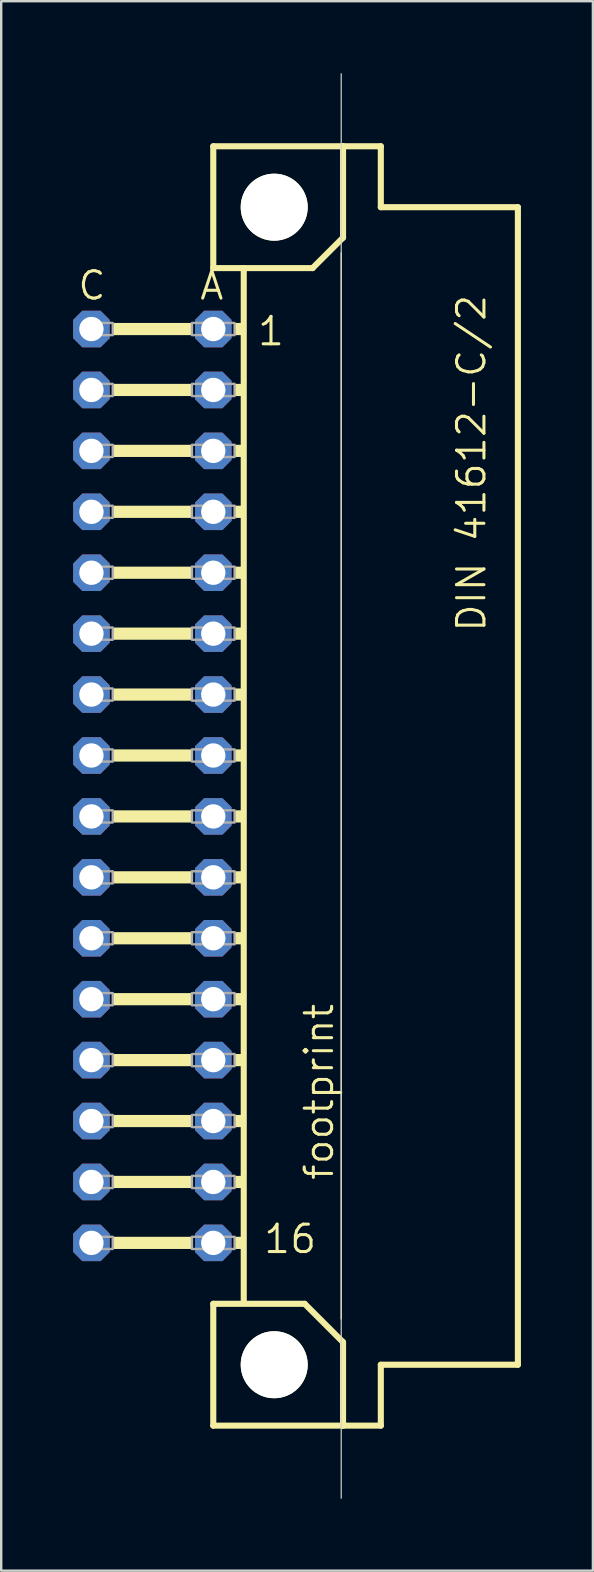
<source format=kicad_pcb>
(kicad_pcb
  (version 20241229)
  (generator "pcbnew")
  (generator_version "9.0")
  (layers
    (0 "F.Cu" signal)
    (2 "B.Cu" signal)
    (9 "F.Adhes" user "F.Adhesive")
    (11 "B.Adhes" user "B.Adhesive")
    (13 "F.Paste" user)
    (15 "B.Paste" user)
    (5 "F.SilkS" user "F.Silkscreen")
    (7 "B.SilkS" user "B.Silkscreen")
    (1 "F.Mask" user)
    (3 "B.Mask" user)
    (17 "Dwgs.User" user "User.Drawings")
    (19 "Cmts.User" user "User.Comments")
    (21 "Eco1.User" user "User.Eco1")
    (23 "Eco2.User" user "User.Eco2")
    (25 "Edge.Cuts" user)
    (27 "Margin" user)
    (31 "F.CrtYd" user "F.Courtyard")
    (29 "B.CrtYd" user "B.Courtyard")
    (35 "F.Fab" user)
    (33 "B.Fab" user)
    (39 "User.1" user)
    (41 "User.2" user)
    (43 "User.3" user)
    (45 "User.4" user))
  (footprint "footprint"
    (layer "F.Cu")
    (at 8.382 29.718)
    (property "Reference" "footprint" (at 2.54 16.51 90) (layer "F.SilkS") (effects (font (size 1.143 1.143) (thickness 0.127)) (justify left bottom)))
    (fp_line (start -2.54 -26.67) (end -2.54 -21.59) (stroke (width 0.254) (type solid)) (layer "F.SilkS"))
    (fp_line (start -2.54 -21.59) (end -1.27 -21.59) (stroke (width 0.254) (type solid)) (layer "F.SilkS"))
    (fp_line (start -2.54 21.59) (end -2.54 26.67) (stroke (width 0.254) (type solid)) (layer "F.SilkS"))
    (fp_line (start -2.54 21.59) (end 1.27 21.59) (stroke (width 0.254) (type solid)) (layer "F.SilkS"))
    (fp_line (start -2.54 26.67) (end 2.87 26.67) (stroke (width 0.254) (type solid)) (layer "F.SilkS"))
    (fp_line (start -1.27 -21.59) (end -1.27 21.463) (stroke (width 0.254) (type solid)) (layer "F.SilkS"))
    (fp_line (start -1.27 -21.59) (end 1.6 -21.59) (stroke (width 0.254) (type solid)) (layer "F.SilkS"))
    (fp_line (start 1.6 -21.59) (end 2.87 -22.86) (stroke (width 0.254) (type solid)) (layer "F.SilkS"))
    (fp_line (start 2.794 -22.225) (end 2.794 22.225) (stroke (width 0.051) (type solid)) (layer "F.SilkS"))
    (fp_line (start 2.87 -26.67) (end -2.54 -26.67) (stroke (width 0.254) (type solid)) (layer "F.SilkS"))
    (fp_line (start 2.87 -22.86) (end 2.87 -26.67) (stroke (width 0.254) (type solid)) (layer "F.SilkS"))
    (fp_line (start 2.87 23.19) (end 1.27 21.59) (stroke (width 0.254) (type solid)) (layer "F.SilkS"))
    (fp_line (start 2.87 23.19) (end 2.87 26.67) (stroke (width 0.254) (type solid)) (layer "F.SilkS"))
    (fp_line (start 2.87 26.67) (end 4.445 26.67) (stroke (width 0.254) (type solid)) (layer "F.SilkS"))
    (fp_line (start 4.445 -26.67) (end 2.87 -26.67) (stroke (width 0.254) (type solid)) (layer "F.SilkS"))
    (fp_line (start 4.445 -24.13) (end 4.445 -26.67) (stroke (width 0.254) (type solid)) (layer "F.SilkS"))
    (fp_line (start 4.445 24.13) (end 10.16 24.13) (stroke (width 0.254) (type solid)) (layer "F.SilkS"))
    (fp_line (start 4.445 26.67) (end 4.445 24.13) (stroke (width 0.254) (type solid)) (layer "F.SilkS"))
    (fp_line (start 10.16 -24.13) (end 4.445 -24.13) (stroke (width 0.254) (type solid)) (layer "F.SilkS"))
    (fp_line (start 10.16 24.13) (end 10.16 -24.13) (stroke (width 0.254) (type solid)) (layer "F.SilkS"))
    (fp_circle (center 0 -24.13) (end 1.27 -24.13) (stroke (width 0.254) (type solid)) (fill no) (layer "F.SilkS"))
    (fp_circle (center 0 24.13) (end 1.27 24.13) (stroke (width 0.254) (type solid)) (fill no) (layer "F.SilkS"))
    (fp_poly (pts (xy -6.731 -18.796) (xy -3.429 -18.796) (xy -3.429 -19.304) (xy -6.731 -19.304)) (stroke (width 0) (type solid)) (fill yes) (layer "F.SilkS"))
    (fp_poly (pts (xy -6.731 -16.256) (xy -3.429 -16.256) (xy -3.429 -16.764) (xy -6.731 -16.764)) (stroke (width 0) (type solid)) (fill yes) (layer "F.SilkS"))
    (fp_poly (pts (xy -6.731 -13.716) (xy -3.429 -13.716) (xy -3.429 -14.224) (xy -6.731 -14.224)) (stroke (width 0) (type solid)) (fill yes) (layer "F.SilkS"))
    (fp_poly (pts (xy -6.731 -11.176) (xy -3.429 -11.176) (xy -3.429 -11.684) (xy -6.731 -11.684)) (stroke (width 0) (type solid)) (fill yes) (layer "F.SilkS"))
    (fp_poly (pts (xy -6.731 -8.636) (xy -3.429 -8.636) (xy -3.429 -9.144) (xy -6.731 -9.144)) (stroke (width 0) (type solid)) (fill yes) (layer "F.SilkS"))
    (fp_poly (pts (xy -6.731 -6.096) (xy -3.429 -6.096) (xy -3.429 -6.604) (xy -6.731 -6.604)) (stroke (width 0) (type solid)) (fill yes) (layer "F.SilkS"))
    (fp_poly (pts (xy -6.731 -3.556) (xy -3.429 -3.556) (xy -3.429 -4.064) (xy -6.731 -4.064)) (stroke (width 0) (type solid)) (fill yes) (layer "F.SilkS"))
    (fp_poly (pts (xy -6.731 -1.016) (xy -3.429 -1.016) (xy -3.429 -1.524) (xy -6.731 -1.524)) (stroke (width 0) (type solid)) (fill yes) (layer "F.SilkS"))
    (fp_poly (pts (xy -6.731 1.524) (xy -3.429 1.524) (xy -3.429 1.016) (xy -6.731 1.016)) (stroke (width 0) (type solid)) (fill yes) (layer "F.SilkS"))
    (fp_poly (pts (xy -6.731 4.064) (xy -3.429 4.064) (xy -3.429 3.556) (xy -6.731 3.556)) (stroke (width 0) (type solid)) (fill yes) (layer "F.SilkS"))
    (fp_poly (pts (xy -6.731 6.604) (xy -3.429 6.604) (xy -3.429 6.096) (xy -6.731 6.096)) (stroke (width 0) (type solid)) (fill yes) (layer "F.SilkS"))
    (fp_poly (pts (xy -6.731 9.144) (xy -3.429 9.144) (xy -3.429 8.636) (xy -6.731 8.636)) (stroke (width 0) (type solid)) (fill yes) (layer "F.SilkS"))
    (fp_poly (pts (xy -6.731 11.684) (xy -3.429 11.684) (xy -3.429 11.176) (xy -6.731 11.176)) (stroke (width 0) (type solid)) (fill yes) (layer "F.SilkS"))
    (fp_poly (pts (xy -6.731 14.224) (xy -3.429 14.224) (xy -3.429 13.716) (xy -6.731 13.716)) (stroke (width 0) (type solid)) (fill yes) (layer "F.SilkS"))
    (fp_poly (pts (xy -6.731 16.764) (xy -3.429 16.764) (xy -3.429 16.256) (xy -6.731 16.256)) (stroke (width 0) (type solid)) (fill yes) (layer "F.SilkS"))
    (fp_poly (pts (xy -6.731 19.304) (xy -3.429 19.304) (xy -3.429 18.796) (xy -6.731 18.796)) (stroke (width 0) (type solid)) (fill yes) (layer "F.SilkS"))
    (fp_poly (pts (xy -1.651 -18.796) (xy -1.27 -18.796) (xy -1.27 -19.304) (xy -1.651 -19.304)) (stroke (width 0) (type solid)) (fill yes) (layer "F.SilkS"))
    (fp_poly (pts (xy -1.651 -16.256) (xy -1.27 -16.256) (xy -1.27 -16.764) (xy -1.651 -16.764)) (stroke (width 0) (type solid)) (fill yes) (layer "F.SilkS"))
    (fp_poly (pts (xy -1.651 -13.716) (xy -1.27 -13.716) (xy -1.27 -14.224) (xy -1.651 -14.224)) (stroke (width 0) (type solid)) (fill yes) (layer "F.SilkS"))
    (fp_poly (pts (xy -1.651 -11.176) (xy -1.27 -11.176) (xy -1.27 -11.684) (xy -1.651 -11.684)) (stroke (width 0) (type solid)) (fill yes) (layer "F.SilkS"))
    (fp_poly (pts (xy -1.651 -8.636) (xy -1.27 -8.636) (xy -1.27 -9.144) (xy -1.651 -9.144)) (stroke (width 0) (type solid)) (fill yes) (layer "F.SilkS"))
    (fp_poly (pts (xy -1.651 -6.096) (xy -1.27 -6.096) (xy -1.27 -6.604) (xy -1.651 -6.604)) (stroke (width 0) (type solid)) (fill yes) (layer "F.SilkS"))
    (fp_poly (pts (xy -1.651 -3.556) (xy -1.27 -3.556) (xy -1.27 -4.064) (xy -1.651 -4.064)) (stroke (width 0) (type solid)) (fill yes) (layer "F.SilkS"))
    (fp_poly (pts (xy -1.651 -1.016) (xy -1.27 -1.016) (xy -1.27 -1.524) (xy -1.651 -1.524)) (stroke (width 0) (type solid)) (fill yes) (layer "F.SilkS"))
    (fp_poly (pts (xy -1.651 1.524) (xy -1.27 1.524) (xy -1.27 1.016) (xy -1.651 1.016)) (stroke (width 0) (type solid)) (fill yes) (layer "F.SilkS"))
    (fp_poly (pts (xy -1.651 4.064) (xy -1.27 4.064) (xy -1.27 3.556) (xy -1.651 3.556)) (stroke (width 0) (type solid)) (fill yes) (layer "F.SilkS"))
    (fp_poly (pts (xy -1.651 6.604) (xy -1.27 6.604) (xy -1.27 6.096) (xy -1.651 6.096)) (stroke (width 0) (type solid)) (fill yes) (layer "F.SilkS"))
    (fp_poly (pts (xy -1.651 9.144) (xy -1.27 9.144) (xy -1.27 8.636) (xy -1.651 8.636)) (stroke (width 0) (type solid)) (fill yes) (layer "F.SilkS"))
    (fp_poly (pts (xy -1.651 11.684) (xy -1.27 11.684) (xy -1.27 11.176) (xy -1.651 11.176)) (stroke (width 0) (type solid)) (fill yes) (layer "F.SilkS"))
    (fp_poly (pts (xy -1.651 14.224) (xy -1.27 14.224) (xy -1.27 13.716) (xy -1.651 13.716)) (stroke (width 0) (type solid)) (fill yes) (layer "F.SilkS"))
    (fp_poly (pts (xy -1.651 16.764) (xy -1.27 16.764) (xy -1.27 16.256) (xy -1.651 16.256)) (stroke (width 0) (type solid)) (fill yes) (layer "F.SilkS"))
    (fp_poly (pts (xy -1.651 19.304) (xy -1.27 19.304) (xy -1.27 18.796) (xy -1.651 18.796)) (stroke (width 0) (type solid)) (fill yes) (layer "F.SilkS"))
    (fp_line (start 2.794 29.693) (end 2.794 -29.693) (stroke (width 0.05) (type solid)) (layer "Edge.Cuts"))
    (fp_poly (pts (xy -7.874 -18.796) (xy -6.731 -18.796) (xy -6.731 -19.304) (xy -7.874 -19.304)) (stroke (width 0.1) (type solid)) (fill no) (layer "F.Fab"))
    (fp_poly (pts (xy -7.874 -16.256) (xy -6.731 -16.256) (xy -6.731 -16.764) (xy -7.874 -16.764)) (stroke (width 0.1) (type solid)) (fill no) (layer "F.Fab"))
    (fp_poly (pts (xy -7.874 -13.716) (xy -6.731 -13.716) (xy -6.731 -14.224) (xy -7.874 -14.224)) (stroke (width 0.1) (type solid)) (fill no) (layer "F.Fab"))
    (fp_poly (pts (xy -7.874 -11.176) (xy -6.731 -11.176) (xy -6.731 -11.684) (xy -7.874 -11.684)) (stroke (width 0.1) (type solid)) (fill no) (layer "F.Fab"))
    (fp_poly (pts (xy -7.874 -8.636) (xy -6.731 -8.636) (xy -6.731 -9.144) (xy -7.874 -9.144)) (stroke (width 0.1) (type solid)) (fill no) (layer "F.Fab"))
    (fp_poly (pts (xy -7.874 -6.096) (xy -6.731 -6.096) (xy -6.731 -6.604) (xy -7.874 -6.604)) (stroke (width 0.1) (type solid)) (fill no) (layer "F.Fab"))
    (fp_poly (pts (xy -7.874 -3.556) (xy -6.731 -3.556) (xy -6.731 -4.064) (xy -7.874 -4.064)) (stroke (width 0.1) (type solid)) (fill no) (layer "F.Fab"))
    (fp_poly (pts (xy -7.874 -1.016) (xy -6.731 -1.016) (xy -6.731 -1.524) (xy -7.874 -1.524)) (stroke (width 0.1) (type solid)) (fill no) (layer "F.Fab"))
    (fp_poly (pts (xy -7.874 1.524) (xy -6.731 1.524) (xy -6.731 1.016) (xy -7.874 1.016)) (stroke (width 0.1) (type solid)) (fill no) (layer "F.Fab"))
    (fp_poly (pts (xy -7.874 4.064) (xy -6.731 4.064) (xy -6.731 3.556) (xy -7.874 3.556)) (stroke (width 0.1) (type solid)) (fill no) (layer "F.Fab"))
    (fp_poly (pts (xy -7.874 6.604) (xy -6.731 6.604) (xy -6.731 6.096) (xy -7.874 6.096)) (stroke (width 0.1) (type solid)) (fill no) (layer "F.Fab"))
    (fp_poly (pts (xy -7.874 9.144) (xy -6.731 9.144) (xy -6.731 8.636) (xy -7.874 8.636)) (stroke (width 0.1) (type solid)) (fill no) (layer "F.Fab"))
    (fp_poly (pts (xy -7.874 11.684) (xy -6.731 11.684) (xy -6.731 11.176) (xy -7.874 11.176)) (stroke (width 0.1) (type solid)) (fill no) (layer "F.Fab"))
    (fp_poly (pts (xy -7.874 14.224) (xy -6.731 14.224) (xy -6.731 13.716) (xy -7.874 13.716)) (stroke (width 0.1) (type solid)) (fill no) (layer "F.Fab"))
    (fp_poly (pts (xy -7.874 16.764) (xy -6.731 16.764) (xy -6.731 16.256) (xy -7.874 16.256)) (stroke (width 0.1) (type solid)) (fill no) (layer "F.Fab"))
    (fp_poly (pts (xy -7.874 19.304) (xy -6.731 19.304) (xy -6.731 18.796) (xy -7.874 18.796)) (stroke (width 0.1) (type solid)) (fill no) (layer "F.Fab"))
    (fp_poly (pts (xy -3.429 -18.796) (xy -1.651 -18.796) (xy -1.651 -19.304) (xy -3.429 -19.304)) (stroke (width 0.1) (type solid)) (fill no) (layer "F.Fab"))
    (fp_poly (pts (xy -3.429 -16.256) (xy -1.651 -16.256) (xy -1.651 -16.764) (xy -3.429 -16.764)) (stroke (width 0.1) (type solid)) (fill no) (layer "F.Fab"))
    (fp_poly (pts (xy -3.429 -13.716) (xy -1.651 -13.716) (xy -1.651 -14.224) (xy -3.429 -14.224)) (stroke (width 0.1) (type solid)) (fill no) (layer "F.Fab"))
    (fp_poly (pts (xy -3.429 -11.176) (xy -1.651 -11.176) (xy -1.651 -11.684) (xy -3.429 -11.684)) (stroke (width 0.1) (type solid)) (fill no) (layer "F.Fab"))
    (fp_poly (pts (xy -3.429 -8.636) (xy -1.651 -8.636) (xy -1.651 -9.144) (xy -3.429 -9.144)) (stroke (width 0.1) (type solid)) (fill no) (layer "F.Fab"))
    (fp_poly (pts (xy -3.429 -6.096) (xy -1.651 -6.096) (xy -1.651 -6.604) (xy -3.429 -6.604)) (stroke (width 0.1) (type solid)) (fill no) (layer "F.Fab"))
    (fp_poly (pts (xy -3.429 -3.556) (xy -1.651 -3.556) (xy -1.651 -4.064) (xy -3.429 -4.064)) (stroke (width 0.1) (type solid)) (fill no) (layer "F.Fab"))
    (fp_poly (pts (xy -3.429 -1.016) (xy -1.651 -1.016) (xy -1.651 -1.524) (xy -3.429 -1.524)) (stroke (width 0.1) (type solid)) (fill no) (layer "F.Fab"))
    (fp_poly (pts (xy -3.429 1.524) (xy -1.651 1.524) (xy -1.651 1.016) (xy -3.429 1.016)) (stroke (width 0.1) (type solid)) (fill no) (layer "F.Fab"))
    (fp_poly (pts (xy -3.429 4.064) (xy -1.651 4.064) (xy -1.651 3.556) (xy -3.429 3.556)) (stroke (width 0.1) (type solid)) (fill no) (layer "F.Fab"))
    (fp_poly (pts (xy -3.429 6.604) (xy -1.651 6.604) (xy -1.651 6.096) (xy -3.429 6.096)) (stroke (width 0.1) (type solid)) (fill no) (layer "F.Fab"))
    (fp_poly (pts (xy -3.429 9.144) (xy -1.651 9.144) (xy -1.651 8.636) (xy -3.429 8.636)) (stroke (width 0.1) (type solid)) (fill no) (layer "F.Fab"))
    (fp_poly (pts (xy -3.429 11.684) (xy -1.651 11.684) (xy -1.651 11.176) (xy -3.429 11.176)) (stroke (width 0.1) (type solid)) (fill no) (layer "F.Fab"))
    (fp_poly (pts (xy -3.429 14.224) (xy -1.651 14.224) (xy -1.651 13.716) (xy -3.429 13.716)) (stroke (width 0.1) (type solid)) (fill no) (layer "F.Fab"))
    (fp_poly (pts (xy -3.429 16.764) (xy -1.651 16.764) (xy -1.651 16.256) (xy -3.429 16.256)) (stroke (width 0.1) (type solid)) (fill no) (layer "F.Fab"))
    (fp_poly (pts (xy -3.429 19.304) (xy -1.651 19.304) (xy -1.651 18.796) (xy -3.429 18.796)) (stroke (width 0.1) (type solid)) (fill no) (layer "F.Fab"))
    (fp_text user "16" (at -0.508 19.558 0) (layer "F.SilkS") (effects (font (size 1.143 1.143) (thickness 0.127)) (justify left bottom)))
    (fp_text user "A" (at -3.175 -20.193 0) (layer "F.SilkS") (effects (font (size 1.143 1.143) (thickness 0.127)) (justify left bottom)))
    (fp_text user "C" (at -8.255 -20.193 0) (layer "F.SilkS") (effects (font (size 1.143 1.143) (thickness 0.127)) (justify left bottom)))
    (fp_text user "1" (at -0.762 -18.288 0) (layer "F.SilkS") (effects (font (size 1.143 1.143) (thickness 0.127)) (justify left bottom)))
    (fp_text user "DIN 41612-C/2" (at 8.89 -6.35 90) (layer "F.SilkS") (effects (font (size 1.143 1.143) (thickness 0.127)) (justify left bottom)))
    (pad "" np_thru_hole circle (at 0 -24.13) (size 2.794 2.794) (drill 2.794) (layers "*.Cu" "*.Mask"))
    (pad "" np_thru_hole circle (at 0 24.13) (size 2.794 2.794) (drill 2.794) (layers "*.Cu" "*.Mask"))
    (pad "A1" thru_hole roundrect (at -2.54 -19.05) (size 1.524 1.524) (drill 1.016) (layers "*.Cu" "*.Mask") (roundrect_rratio 0.25) (chamfer_ratio 0.25) (chamfer top_left top_right bottom_left bottom_right))
    (pad "A2" thru_hole roundrect (at -2.54 -16.51) (size 1.524 1.524) (drill 1.016) (layers "*.Cu" "*.Mask") (roundrect_rratio 0.25) (chamfer_ratio 0.25) (chamfer top_left top_right bottom_left bottom_right))
    (pad "A3" thru_hole roundrect (at -2.54 -13.97) (size 1.524 1.524) (drill 1.016) (layers "*.Cu" "*.Mask") (roundrect_rratio 0.25) (chamfer_ratio 0.25) (chamfer top_left top_right bottom_left bottom_right))
    (pad "A4" thru_hole roundrect (at -2.54 -11.43) (size 1.524 1.524) (drill 1.016) (layers "*.Cu" "*.Mask") (roundrect_rratio 0.25) (chamfer_ratio 0.25) (chamfer top_left top_right bottom_left bottom_right))
    (pad "A5" thru_hole roundrect (at -2.54 -8.89) (size 1.524 1.524) (drill 1.016) (layers "*.Cu" "*.Mask") (roundrect_rratio 0.25) (chamfer_ratio 0.25) (chamfer top_left top_right bottom_left bottom_right))
    (pad "A6" thru_hole roundrect (at -2.54 -6.35) (size 1.524 1.524) (drill 1.016) (layers "*.Cu" "*.Mask") (roundrect_rratio 0.25) (chamfer_ratio 0.25) (chamfer top_left top_right bottom_left bottom_right))
    (pad "A7" thru_hole roundrect (at -2.54 -3.81) (size 1.524 1.524) (drill 1.016) (layers "*.Cu" "*.Mask") (roundrect_rratio 0.25) (chamfer_ratio 0.25) (chamfer top_left top_right bottom_left bottom_right))
    (pad "A8" thru_hole roundrect (at -2.54 -1.27) (size 1.524 1.524) (drill 1.016) (layers "*.Cu" "*.Mask") (roundrect_rratio 0.25) (chamfer_ratio 0.25) (chamfer top_left top_right bottom_left bottom_right))
    (pad "A9" thru_hole roundrect (at -2.54 1.27) (size 1.524 1.524) (drill 1.016) (layers "*.Cu" "*.Mask") (roundrect_rratio 0.25) (chamfer_ratio 0.25) (chamfer top_left top_right bottom_left bottom_right))
    (pad "A10" thru_hole roundrect (at -2.54 3.81) (size 1.524 1.524) (drill 1.016) (layers "*.Cu" "*.Mask") (roundrect_rratio 0.25) (chamfer_ratio 0.25) (chamfer top_left top_right bottom_left bottom_right))
    (pad "A11" thru_hole roundrect (at -2.54 6.35) (size 1.524 1.524) (drill 1.016) (layers "*.Cu" "*.Mask") (roundrect_rratio 0.25) (chamfer_ratio 0.25) (chamfer top_left top_right bottom_left bottom_right))
    (pad "A12" thru_hole roundrect (at -2.54 8.89) (size 1.524 1.524) (drill 1.016) (layers "*.Cu" "*.Mask") (roundrect_rratio 0.25) (chamfer_ratio 0.25) (chamfer top_left top_right bottom_left bottom_right))
    (pad "A13" thru_hole roundrect (at -2.54 11.43) (size 1.524 1.524) (drill 1.016) (layers "*.Cu" "*.Mask") (roundrect_rratio 0.25) (chamfer_ratio 0.25) (chamfer top_left top_right bottom_left bottom_right))
    (pad "A14" thru_hole roundrect (at -2.54 13.97) (size 1.524 1.524) (drill 1.016) (layers "*.Cu" "*.Mask") (roundrect_rratio 0.25) (chamfer_ratio 0.25) (chamfer top_left top_right bottom_left bottom_right))
    (pad "A15" thru_hole roundrect (at -2.54 16.51) (size 1.524 1.524) (drill 1.016) (layers "*.Cu" "*.Mask") (roundrect_rratio 0.25) (chamfer_ratio 0.25) (chamfer top_left top_right bottom_left bottom_right))
    (pad "A16" thru_hole roundrect (at -2.54 19.05) (size 1.524 1.524) (drill 1.016) (layers "*.Cu" "*.Mask") (roundrect_rratio 0.25) (chamfer_ratio 0.25) (chamfer top_left top_right bottom_left bottom_right))
    (pad "C1" thru_hole roundrect (at -7.62 -19.05) (size 1.524 1.524) (drill 1.016) (layers "*.Cu" "*.Mask") (roundrect_rratio 0.25) (chamfer_ratio 0.25) (chamfer top_left top_right bottom_left bottom_right))
    (pad "C2" thru_hole roundrect (at -7.62 -16.51) (size 1.524 1.524) (drill 1.016) (layers "*.Cu" "*.Mask") (roundrect_rratio 0.25) (chamfer_ratio 0.25) (chamfer top_left top_right bottom_left bottom_right))
    (pad "C3" thru_hole roundrect (at -7.62 -13.97) (size 1.524 1.524) (drill 1.016) (layers "*.Cu" "*.Mask") (roundrect_rratio 0.25) (chamfer_ratio 0.25) (chamfer top_left top_right bottom_left bottom_right))
    (pad "C4" thru_hole roundrect (at -7.62 -11.43) (size 1.524 1.524) (drill 1.016) (layers "*.Cu" "*.Mask") (roundrect_rratio 0.25) (chamfer_ratio 0.25) (chamfer top_left top_right bottom_left bottom_right))
    (pad "C5" thru_hole roundrect (at -7.62 -8.89) (size 1.524 1.524) (drill 1.016) (layers "*.Cu" "*.Mask") (roundrect_rratio 0.25) (chamfer_ratio 0.25) (chamfer top_left top_right bottom_left bottom_right))
    (pad "C6" thru_hole roundrect (at -7.62 -6.35) (size 1.524 1.524) (drill 1.016) (layers "*.Cu" "*.Mask") (roundrect_rratio 0.25) (chamfer_ratio 0.25) (chamfer top_left top_right bottom_left bottom_right))
    (pad "C7" thru_hole roundrect (at -7.62 -3.81) (size 1.524 1.524) (drill 1.016) (layers "*.Cu" "*.Mask") (roundrect_rratio 0.25) (chamfer_ratio 0.25) (chamfer top_left top_right bottom_left bottom_right))
    (pad "C8" thru_hole roundrect (at -7.62 -1.27) (size 1.524 1.524) (drill 1.016) (layers "*.Cu" "*.Mask") (roundrect_rratio 0.25) (chamfer_ratio 0.25) (chamfer top_left top_right bottom_left bottom_right))
    (pad "C9" thru_hole roundrect (at -7.62 1.27) (size 1.524 1.524) (drill 1.016) (layers "*.Cu" "*.Mask") (roundrect_rratio 0.25) (chamfer_ratio 0.25) (chamfer top_left top_right bottom_left bottom_right))
    (pad "C10" thru_hole roundrect (at -7.62 3.81) (size 1.524 1.524) (drill 1.016) (layers "*.Cu" "*.Mask") (roundrect_rratio 0.25) (chamfer_ratio 0.25) (chamfer top_left top_right bottom_left bottom_right))
    (pad "C11" thru_hole roundrect (at -7.62 6.35) (size 1.524 1.524) (drill 1.016) (layers "*.Cu" "*.Mask") (roundrect_rratio 0.25) (chamfer_ratio 0.25) (chamfer top_left top_right bottom_left bottom_right))
    (pad "C12" thru_hole roundrect (at -7.62 8.89) (size 1.524 1.524) (drill 1.016) (layers "*.Cu" "*.Mask") (roundrect_rratio 0.25) (chamfer_ratio 0.25) (chamfer top_left top_right bottom_left bottom_right))
    (pad "C13" thru_hole roundrect (at -7.62 11.43) (size 1.524 1.524) (drill 1.016) (layers "*.Cu" "*.Mask") (roundrect_rratio 0.25) (chamfer_ratio 0.25) (chamfer top_left top_right bottom_left bottom_right))
    (pad "C14" thru_hole roundrect (at -7.62 13.97) (size 1.524 1.524) (drill 1.016) (layers "*.Cu" "*.Mask") (roundrect_rratio 0.25) (chamfer_ratio 0.25) (chamfer top_left top_right bottom_left bottom_right))
    (pad "C15" thru_hole roundrect (at -7.62 16.51) (size 1.524 1.524) (drill 1.016) (layers "*.Cu" "*.Mask") (roundrect_rratio 0.25) (chamfer_ratio 0.25) (chamfer top_left top_right bottom_left bottom_right))
    (pad "C16" thru_hole roundrect (at -7.62 19.05) (size 1.524 1.524) (drill 1.016) (layers "*.Cu" "*.Mask") (roundrect_rratio 0.25) (chamfer_ratio 0.25) (chamfer top_left top_right bottom_left bottom_right))
    (zone (net_name "") (layers "F.Cu" "B.Cu") (hatch edge 0.508) (connect_pads) (min_thickness 0.254) (filled_areas_thickness no) (keepout (tracks allowed) (vias not_allowed) (pads allowed) (copperpour allowed) (footprints allowed)) (placement (enabled no)) (fill) (polygon (pts (xy 11.557 5.588) (xy 11.509 5.036) (xy 11.366 4.502) (xy 11.132 4) (xy 10.814 3.547) (xy 10.423 3.155) (xy 9.97 2.838) (xy 9.468 2.604) (xy 8.933 2.461) (xy 8.382 2.413) (xy 7.831 2.461) (xy 7.296 2.604) (xy 6.795 2.838) (xy 6.341 3.155) (xy 5.95 3.547) (xy 5.632 4) (xy 5.398 4.502) (xy 5.255 5.036) (xy 5.207 5.588) (xy 5.255 6.139) (xy 5.398 6.674) (xy 5.632 7.175) (xy 5.95 7.628) (xy 6.341 8.02) (xy 6.795 8.337) (xy 7.296 8.571) (xy 7.831 8.714) (xy 8.382 8.763) (xy 8.933 8.714) (xy 9.468 8.571) (xy 9.97 8.337) (xy 10.423 8.02) (xy 10.814 7.628) (xy 11.132 7.175) (xy 11.366 6.674) (xy 11.509 6.139))) (polygon (pts (xy 9.779 5.588) (xy 9.758 5.345) (xy 9.695 5.11) (xy 9.592 4.889) (xy 9.452 4.69) (xy 9.28 4.517) (xy 9.081 4.378) (xy 8.86 4.275) (xy 8.625 4.212) (xy 8.382 4.191) (xy 8.139 4.212) (xy 7.904 4.275) (xy 7.684 4.378) (xy 7.484 4.517) (xy 7.312 4.69) (xy 7.172 4.889) (xy 7.069 5.11) (xy 7.006 5.345) (xy 6.985 5.588) (xy 7.006 5.83) (xy 7.069 6.065) (xy 7.172 6.286) (xy 7.312 6.486) (xy 7.484 6.658) (xy 7.684 6.797) (xy 7.904 6.9) (xy 8.139 6.963) (xy 8.382 6.985) (xy 8.625 6.963) (xy 8.86 6.9) (xy 9.081 6.797) (xy 9.28 6.658) (xy 9.452 6.486) (xy 9.592 6.286) (xy 9.695 6.065) (xy 9.758 5.83))))
    (zone (net_name "") (layers "F.Cu" "B.Cu") (hatch edge 0.508) (connect_pads) (min_thickness 0.254) (filled_areas_thickness no) (keepout (tracks allowed) (vias not_allowed) (pads allowed) (copperpour allowed) (footprints allowed)) (placement (enabled no)) (fill) (polygon (pts (xy 11.557 53.848) (xy 11.509 53.296) (xy 11.366 52.762) (xy 11.132 52.26) (xy 10.814 51.807) (xy 10.423 51.415) (xy 9.97 51.098) (xy 9.468 50.864) (xy 8.933 50.721) (xy 8.382 50.673) (xy 7.831 50.721) (xy 7.296 50.864) (xy 6.795 51.098) (xy 6.341 51.415) (xy 5.95 51.807) (xy 5.632 52.26) (xy 5.398 52.762) (xy 5.255 53.296) (xy 5.207 53.848) (xy 5.255 54.399) (xy 5.398 54.934) (xy 5.632 55.435) (xy 5.95 55.888) (xy 6.341 56.28) (xy 6.795 56.597) (xy 7.296 56.831) (xy 7.831 56.974) (xy 8.382 57.023) (xy 8.933 56.974) (xy 9.468 56.831) (xy 9.97 56.597) (xy 10.423 56.28) (xy 10.814 55.888) (xy 11.132 55.435) (xy 11.366 54.934) (xy 11.509 54.399))) (polygon (pts (xy 9.779 53.848) (xy 9.758 53.605) (xy 9.695 53.37) (xy 9.592 53.149) (xy 9.452 52.95) (xy 9.28 52.777) (xy 9.081 52.638) (xy 8.86 52.535) (xy 8.625 52.472) (xy 8.382 52.451) (xy 8.139 52.472) (xy 7.904 52.535) (xy 7.684 52.638) (xy 7.484 52.777) (xy 7.312 52.95) (xy 7.172 53.149) (xy 7.069 53.37) (xy 7.006 53.605) (xy 6.985 53.848) (xy 7.006 54.09) (xy 7.069 54.325) (xy 7.172 54.546) (xy 7.312 54.746) (xy 7.484 54.918) (xy 7.684 55.057) (xy 7.904 55.16) (xy 8.139 55.223) (xy 8.382 55.245) (xy 8.625 55.223) (xy 8.86 55.16) (xy 9.081 55.057) (xy 9.28 54.918) (xy 9.452 54.746) (xy 9.592 54.546) (xy 9.695 54.325) (xy 9.758 54.09))))
    (zone (net_name "") (layer "B.Cu") (hatch edge 0.508) (connect_pads) (min_thickness 0.254) (filled_areas_thickness no) (keepout (tracks not_allowed) (vias not_allowed) (pads not_allowed) (copperpour not_allowed) (footprints allowed)) (placement (enabled no)) (fill) (polygon (pts (xy 11.557 5.588) (xy 11.509 5.036) (xy 11.366 4.502) (xy 11.132 4) (xy 10.814 3.547) (xy 10.423 3.155) (xy 9.97 2.838) (xy 9.468 2.604) (xy 8.933 2.461) (xy 8.382 2.413) (xy 7.831 2.461) (xy 7.296 2.604) (xy 6.795 2.838) (xy 6.341 3.155) (xy 5.95 3.547) (xy 5.632 4) (xy 5.398 4.502) (xy 5.255 5.036) (xy 5.207 5.588) (xy 5.255 6.139) (xy 5.398 6.674) (xy 5.632 7.175) (xy 5.95 7.628) (xy 6.341 8.02) (xy 6.795 8.337) (xy 7.296 8.571) (xy 7.831 8.714) (xy 8.382 8.763) (xy 8.933 8.714) (xy 9.468 8.571) (xy 9.97 8.337) (xy 10.423 8.02) (xy 10.814 7.628) (xy 11.132 7.175) (xy 11.366 6.674) (xy 11.509 6.139))) (polygon (pts (xy 9.779 5.588) (xy 9.758 5.345) (xy 9.695 5.11) (xy 9.592 4.889) (xy 9.452 4.69) (xy 9.28 4.517) (xy 9.081 4.378) (xy 8.86 4.275) (xy 8.625 4.212) (xy 8.382 4.191) (xy 8.139 4.212) (xy 7.904 4.275) (xy 7.684 4.378) (xy 7.484 4.517) (xy 7.312 4.69) (xy 7.172 4.889) (xy 7.069 5.11) (xy 7.006 5.345) (xy 6.985 5.588) (xy 7.006 5.83) (xy 7.069 6.065) (xy 7.172 6.286) (xy 7.312 6.486) (xy 7.484 6.658) (xy 7.684 6.797) (xy 7.904 6.9) (xy 8.139 6.963) (xy 8.382 6.985) (xy 8.625 6.963) (xy 8.86 6.9) (xy 9.081 6.797) (xy 9.28 6.658) (xy 9.452 6.486) (xy 9.592 6.286) (xy 9.695 6.065) (xy 9.758 5.83))))
    (zone (net_name "") (layer "B.Cu") (hatch edge 0.508) (connect_pads) (min_thickness 0.254) (filled_areas_thickness no) (keepout (tracks not_allowed) (vias not_allowed) (pads not_allowed) (copperpour not_allowed) (footprints allowed)) (placement (enabled no)) (fill) (polygon (pts (xy 11.557 53.848) (xy 11.509 53.296) (xy 11.366 52.762) (xy 11.132 52.26) (xy 10.814 51.807) (xy 10.423 51.415) (xy 9.97 51.098) (xy 9.468 50.864) (xy 8.933 50.721) (xy 8.382 50.673) (xy 7.831 50.721) (xy 7.296 50.864) (xy 6.795 51.098) (xy 6.341 51.415) (xy 5.95 51.807) (xy 5.632 52.26) (xy 5.398 52.762) (xy 5.255 53.296) (xy 5.207 53.848) (xy 5.255 54.399) (xy 5.398 54.934) (xy 5.632 55.435) (xy 5.95 55.888) (xy 6.341 56.28) (xy 6.795 56.597) (xy 7.296 56.831) (xy 7.831 56.974) (xy 8.382 57.023) (xy 8.933 56.974) (xy 9.468 56.831) (xy 9.97 56.597) (xy 10.423 56.28) (xy 10.814 55.888) (xy 11.132 55.435) (xy 11.366 54.934) (xy 11.509 54.399))) (polygon (pts (xy 9.779 53.848) (xy 9.758 53.605) (xy 9.695 53.37) (xy 9.592 53.149) (xy 9.452 52.95) (xy 9.28 52.777) (xy 9.081 52.638) (xy 8.86 52.535) (xy 8.625 52.472) (xy 8.382 52.451) (xy 8.139 52.472) (xy 7.904 52.535) (xy 7.684 52.638) (xy 7.484 52.777) (xy 7.312 52.95) (xy 7.172 53.149) (xy 7.069 53.37) (xy 7.006 53.605) (xy 6.985 53.848) (xy 7.006 54.09) (xy 7.069 54.325) (xy 7.172 54.546) (xy 7.312 54.746) (xy 7.484 54.918) (xy 7.684 55.057) (xy 7.904 55.16) (xy 8.139 55.223) (xy 8.382 55.245) (xy 8.625 55.223) (xy 8.86 55.16) (xy 9.081 55.057) (xy 9.28 54.918) (xy 9.452 54.746) (xy 9.592 54.546) (xy 9.695 54.325) (xy 9.758 54.09)))))
  (gr_rect
    (start -3 -3)
    (end 21.669 62.435)
    (stroke (width 0.1) (type default))
    (fill no)
    (layer "Edge.Cuts")))
</source>
